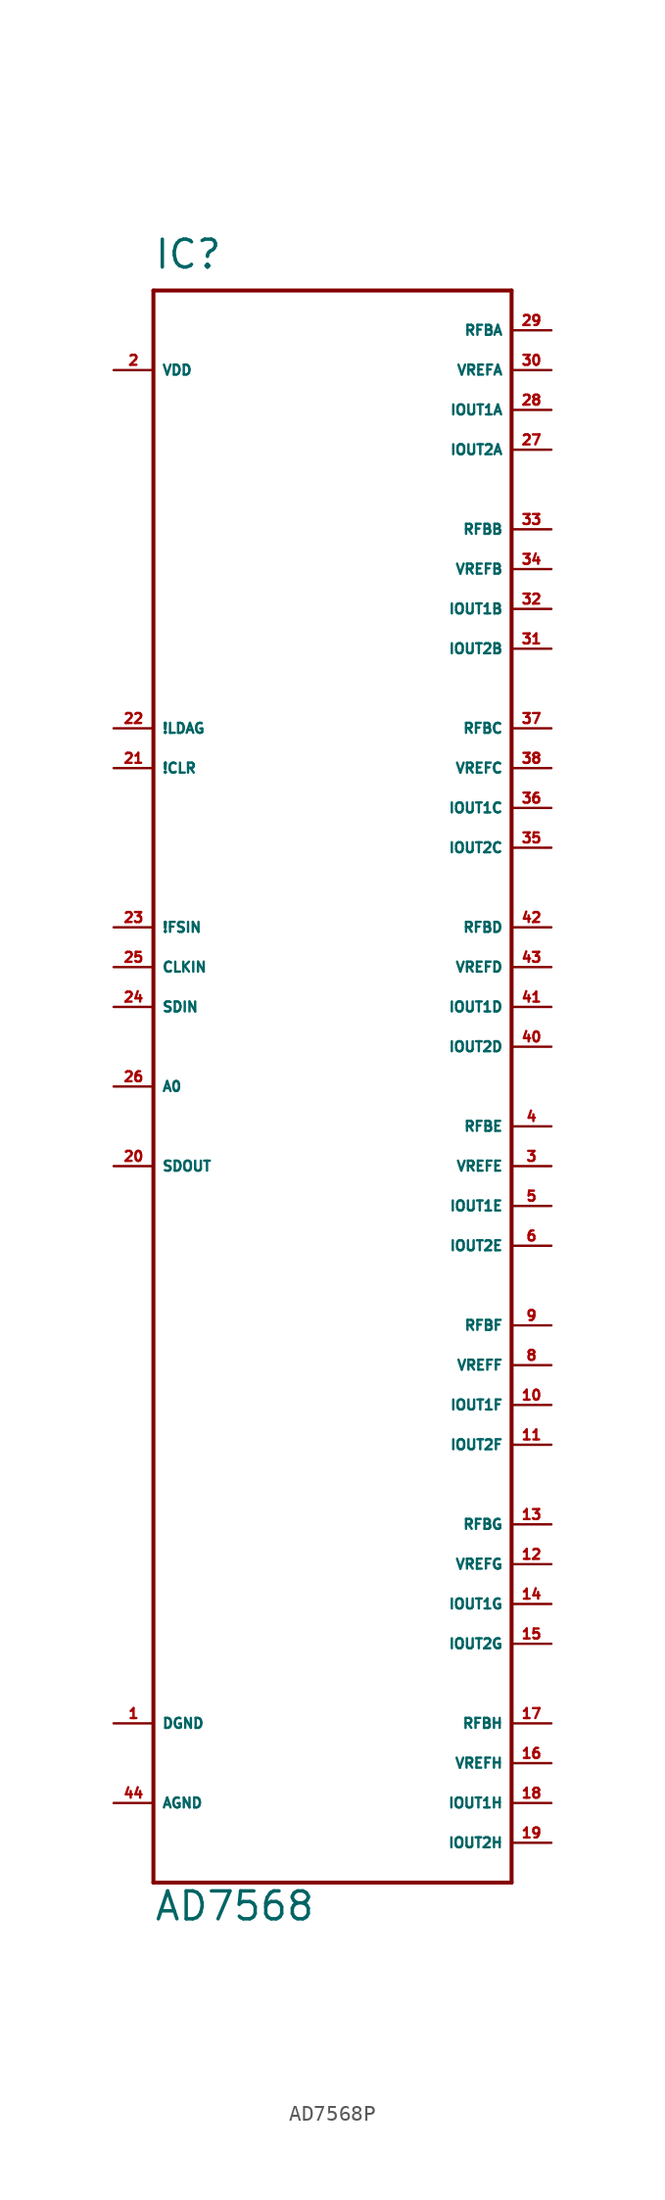
<source format=kicad_sym>
(kicad_symbol_lib
  (version 20220914)
  (generator Eagle2Kicad)
  (symbol "AD7568P"
    (property "Reference" "IC"
      (at -12.7 52.07 0)
      (effects (font (size 1.778 1.778) (thickness 0.22)) (justify left bottom)))
    (property "Value" "AD7568"
      (at -12.7 -53.34 0)
      (effects (font (size 1.778 1.778) (thickness 0.22)) (justify left bottom)))
    (polyline
      (pts (xy -12.7 50.8) (xy 10.16 50.8))
      (stroke (width 0.254) (type default))
      (fill (type none)))
    (polyline
      (pts (xy 10.16 50.8) (xy 10.16 -50.8))
      (stroke (width 0.254) (type default))
      (fill (type none)))
    (polyline
      (pts (xy 10.16 -50.8) (xy -12.7 -50.8))
      (stroke (width 0.254) (type default))
      (fill (type none)))
    (polyline
      (pts (xy -12.7 -50.8) (xy -12.7 50.8))
      (stroke (width 0.254) (type default))
      (fill (type none)))
    (pin unspecified line
      (at -15.24 45.72 0)
      (length 2.54)
      (name "VDD" (effects (font (size 0.635 0.635) (thickness 0.08)) (justify left bottom)))
      (number "2" (effects (font (size 0.635 0.635) (thickness 0.08)) (justify left bottom))))
    (pin unspecified line
      (at -15.24 -40.64 0)
      (length 2.54)
      (name "DGND" (effects (font (size 0.635 0.635) (thickness 0.08)) (justify left bottom)))
      (number "1" (effects (font (size 0.635 0.635) (thickness 0.08)) (justify left bottom))))
    (pin unspecified line
      (at -15.24 -45.72 0)
      (length 2.54)
      (name "AGND" (effects (font (size 0.635 0.635) (thickness 0.08)) (justify left bottom)))
      (number "44" (effects (font (size 0.635 0.635) (thickness 0.08)) (justify left bottom))))
    (pin input line
      (at -15.24 10.16 0)
      (length 2.54)
      (name "!FSIN" (effects (font (size 0.635 0.635) (thickness 0.08)) (justify left bottom)))
      (number "23" (effects (font (size 0.635 0.635) (thickness 0.08)) (justify left bottom))))
    (pin input line
      (at -15.24 7.62 0)
      (length 2.54)
      (name "CLKIN" (effects (font (size 0.635 0.635) (thickness 0.08)) (justify left bottom)))
      (number "25" (effects (font (size 0.635 0.635) (thickness 0.08)) (justify left bottom))))
    (pin input line
      (at -15.24 5.08 0)
      (length 2.54)
      (name "SDIN" (effects (font (size 0.635 0.635) (thickness 0.08)) (justify left bottom)))
      (number "24" (effects (font (size 0.635 0.635) (thickness 0.08)) (justify left bottom))))
    (pin input line
      (at -15.24 0 0)
      (length 2.54)
      (name "A0" (effects (font (size 0.635 0.635) (thickness 0.08)) (justify left bottom)))
      (number "26" (effects (font (size 0.635 0.635) (thickness 0.08)) (justify left bottom))))
    (pin input line
      (at -15.24 -5.08 0)
      (length 2.54)
      (name "SDOUT" (effects (font (size 0.635 0.635) (thickness 0.08)) (justify left bottom)))
      (number "20" (effects (font (size 0.635 0.635) (thickness 0.08)) (justify left bottom))))
    (pin input line
      (at -15.24 22.86 0)
      (length 2.54)
      (name "!LDAG" (effects (font (size 0.635 0.635) (thickness 0.08)) (justify left bottom)))
      (number "22" (effects (font (size 0.635 0.635) (thickness 0.08)) (justify left bottom))))
    (pin input line
      (at -15.24 20.32 0)
      (length 2.54)
      (name "!CLR" (effects (font (size 0.635 0.635) (thickness 0.08)) (justify left bottom)))
      (number "21" (effects (font (size 0.635 0.635) (thickness 0.08)) (justify left bottom))))
    (pin passive line
      (at 12.7 48.26 180)
      (length 2.54)
      (name "RFBA" (effects (font (size 0.635 0.635) (thickness 0.08)) (justify left bottom)))
      (number "29" (effects (font (size 0.635 0.635) (thickness 0.08)) (justify left bottom))))
    (pin passive line
      (at 12.7 35.56 180)
      (length 2.54)
      (name "RFBB" (effects (font (size 0.635 0.635) (thickness 0.08)) (justify left bottom)))
      (number "33" (effects (font (size 0.635 0.635) (thickness 0.08)) (justify left bottom))))
    (pin passive line
      (at 12.7 22.86 180)
      (length 2.54)
      (name "RFBC" (effects (font (size 0.635 0.635) (thickness 0.08)) (justify left bottom)))
      (number "37" (effects (font (size 0.635 0.635) (thickness 0.08)) (justify left bottom))))
    (pin passive line
      (at 12.7 10.16 180)
      (length 2.54)
      (name "RFBD" (effects (font (size 0.635 0.635) (thickness 0.08)) (justify left bottom)))
      (number "42" (effects (font (size 0.635 0.635) (thickness 0.08)) (justify left bottom))))
    (pin passive line
      (at 12.7 -2.54 180)
      (length 2.54)
      (name "RFBE" (effects (font (size 0.635 0.635) (thickness 0.08)) (justify left bottom)))
      (number "4" (effects (font (size 0.635 0.635) (thickness 0.08)) (justify left bottom))))
    (pin passive line
      (at 12.7 -15.24 180)
      (length 2.54)
      (name "RFBF" (effects (font (size 0.635 0.635) (thickness 0.08)) (justify left bottom)))
      (number "9" (effects (font (size 0.635 0.635) (thickness 0.08)) (justify left bottom))))
    (pin passive line
      (at 12.7 -27.94 180)
      (length 2.54)
      (name "RFBG" (effects (font (size 0.635 0.635) (thickness 0.08)) (justify left bottom)))
      (number "13" (effects (font (size 0.635 0.635) (thickness 0.08)) (justify left bottom))))
    (pin passive line
      (at 12.7 -40.64 180)
      (length 2.54)
      (name "RFBH" (effects (font (size 0.635 0.635) (thickness 0.08)) (justify left bottom)))
      (number "17" (effects (font (size 0.635 0.635) (thickness 0.08)) (justify left bottom))))
    (pin passive line
      (at 12.7 45.72 180)
      (length 2.54)
      (name "VREFA" (effects (font (size 0.635 0.635) (thickness 0.08)) (justify left bottom)))
      (number "30" (effects (font (size 0.635 0.635) (thickness 0.08)) (justify left bottom))))
    (pin passive line
      (at 12.7 33.02 180)
      (length 2.54)
      (name "VREFB" (effects (font (size 0.635 0.635) (thickness 0.08)) (justify left bottom)))
      (number "34" (effects (font (size 0.635 0.635) (thickness 0.08)) (justify left bottom))))
    (pin passive line
      (at 12.7 20.32 180)
      (length 2.54)
      (name "VREFC" (effects (font (size 0.635 0.635) (thickness 0.08)) (justify left bottom)))
      (number "38" (effects (font (size 0.635 0.635) (thickness 0.08)) (justify left bottom))))
    (pin passive line
      (at 12.7 7.62 180)
      (length 2.54)
      (name "VREFD" (effects (font (size 0.635 0.635) (thickness 0.08)) (justify left bottom)))
      (number "43" (effects (font (size 0.635 0.635) (thickness 0.08)) (justify left bottom))))
    (pin passive line
      (at 12.7 -5.08 180)
      (length 2.54)
      (name "VREFE" (effects (font (size 0.635 0.635) (thickness 0.08)) (justify left bottom)))
      (number "3" (effects (font (size 0.635 0.635) (thickness 0.08)) (justify left bottom))))
    (pin passive line
      (at 12.7 -17.78 180)
      (length 2.54)
      (name "VREFF" (effects (font (size 0.635 0.635) (thickness 0.08)) (justify left bottom)))
      (number "8" (effects (font (size 0.635 0.635) (thickness 0.08)) (justify left bottom))))
    (pin passive line
      (at 12.7 -30.48 180)
      (length 2.54)
      (name "VREFG" (effects (font (size 0.635 0.635) (thickness 0.08)) (justify left bottom)))
      (number "12" (effects (font (size 0.635 0.635) (thickness 0.08)) (justify left bottom))))
    (pin passive line
      (at 12.7 -43.18 180)
      (length 2.54)
      (name "VREFH" (effects (font (size 0.635 0.635) (thickness 0.08)) (justify left bottom)))
      (number "16" (effects (font (size 0.635 0.635) (thickness 0.08)) (justify left bottom))))
    (pin passive line
      (at 12.7 43.18 180)
      (length 2.54)
      (name "IOUT1A" (effects (font (size 0.635 0.635) (thickness 0.08)) (justify left bottom)))
      (number "28" (effects (font (size 0.635 0.635) (thickness 0.08)) (justify left bottom))))
    (pin passive line
      (at 12.7 40.64 180)
      (length 2.54)
      (name "IOUT2A" (effects (font (size 0.635 0.635) (thickness 0.08)) (justify left bottom)))
      (number "27" (effects (font (size 0.635 0.635) (thickness 0.08)) (justify left bottom))))
    (pin passive line
      (at 12.7 30.48 180)
      (length 2.54)
      (name "IOUT1B" (effects (font (size 0.635 0.635) (thickness 0.08)) (justify left bottom)))
      (number "32" (effects (font (size 0.635 0.635) (thickness 0.08)) (justify left bottom))))
    (pin passive line
      (at 12.7 27.94 180)
      (length 2.54)
      (name "IOUT2B" (effects (font (size 0.635 0.635) (thickness 0.08)) (justify left bottom)))
      (number "31" (effects (font (size 0.635 0.635) (thickness 0.08)) (justify left bottom))))
    (pin passive line
      (at 12.7 17.78 180)
      (length 2.54)
      (name "IOUT1C" (effects (font (size 0.635 0.635) (thickness 0.08)) (justify left bottom)))
      (number "36" (effects (font (size 0.635 0.635) (thickness 0.08)) (justify left bottom))))
    (pin passive line
      (at 12.7 15.24 180)
      (length 2.54)
      (name "IOUT2C" (effects (font (size 0.635 0.635) (thickness 0.08)) (justify left bottom)))
      (number "35" (effects (font (size 0.635 0.635) (thickness 0.08)) (justify left bottom))))
    (pin passive line
      (at 12.7 5.08 180)
      (length 2.54)
      (name "IOUT1D" (effects (font (size 0.635 0.635) (thickness 0.08)) (justify left bottom)))
      (number "41" (effects (font (size 0.635 0.635) (thickness 0.08)) (justify left bottom))))
    (pin passive line
      (at 12.7 2.54 180)
      (length 2.54)
      (name "IOUT2D" (effects (font (size 0.635 0.635) (thickness 0.08)) (justify left bottom)))
      (number "40" (effects (font (size 0.635 0.635) (thickness 0.08)) (justify left bottom))))
    (pin passive line
      (at 12.7 -7.62 180)
      (length 2.54)
      (name "IOUT1E" (effects (font (size 0.635 0.635) (thickness 0.08)) (justify left bottom)))
      (number "5" (effects (font (size 0.635 0.635) (thickness 0.08)) (justify left bottom))))
    (pin passive line
      (at 12.7 -10.16 180)
      (length 2.54)
      (name "IOUT2E" (effects (font (size 0.635 0.635) (thickness 0.08)) (justify left bottom)))
      (number "6" (effects (font (size 0.635 0.635) (thickness 0.08)) (justify left bottom))))
    (pin passive line
      (at 12.7 -20.32 180)
      (length 2.54)
      (name "IOUT1F" (effects (font (size 0.635 0.635) (thickness 0.08)) (justify left bottom)))
      (number "10" (effects (font (size 0.635 0.635) (thickness 0.08)) (justify left bottom))))
    (pin passive line
      (at 12.7 -22.86 180)
      (length 2.54)
      (name "IOUT2F" (effects (font (size 0.635 0.635) (thickness 0.08)) (justify left bottom)))
      (number "11" (effects (font (size 0.635 0.635) (thickness 0.08)) (justify left bottom))))
    (pin passive line
      (at 12.7 -33.02 180)
      (length 2.54)
      (name "IOUT1G" (effects (font (size 0.635 0.635) (thickness 0.08)) (justify left bottom)))
      (number "14" (effects (font (size 0.635 0.635) (thickness 0.08)) (justify left bottom))))
    (pin passive line
      (at 12.7 -35.56 180)
      (length 2.54)
      (name "IOUT2G" (effects (font (size 0.635 0.635) (thickness 0.08)) (justify left bottom)))
      (number "15" (effects (font (size 0.635 0.635) (thickness 0.08)) (justify left bottom))))
    (pin passive line
      (at 12.7 -45.72 180)
      (length 2.54)
      (name "IOUT1H" (effects (font (size 0.635 0.635) (thickness 0.08)) (justify left bottom)))
      (number "18" (effects (font (size 0.635 0.635) (thickness 0.08)) (justify left bottom))))
    (pin passive line
      (at 12.7 -48.26 180)
      (length 2.54)
      (name "IOUT2H" (effects (font (size 0.635 0.635) (thickness 0.08)) (justify left bottom)))
      (number "19" (effects (font (size 0.635 0.635) (thickness 0.08)) (justify left bottom))))))
</source>
